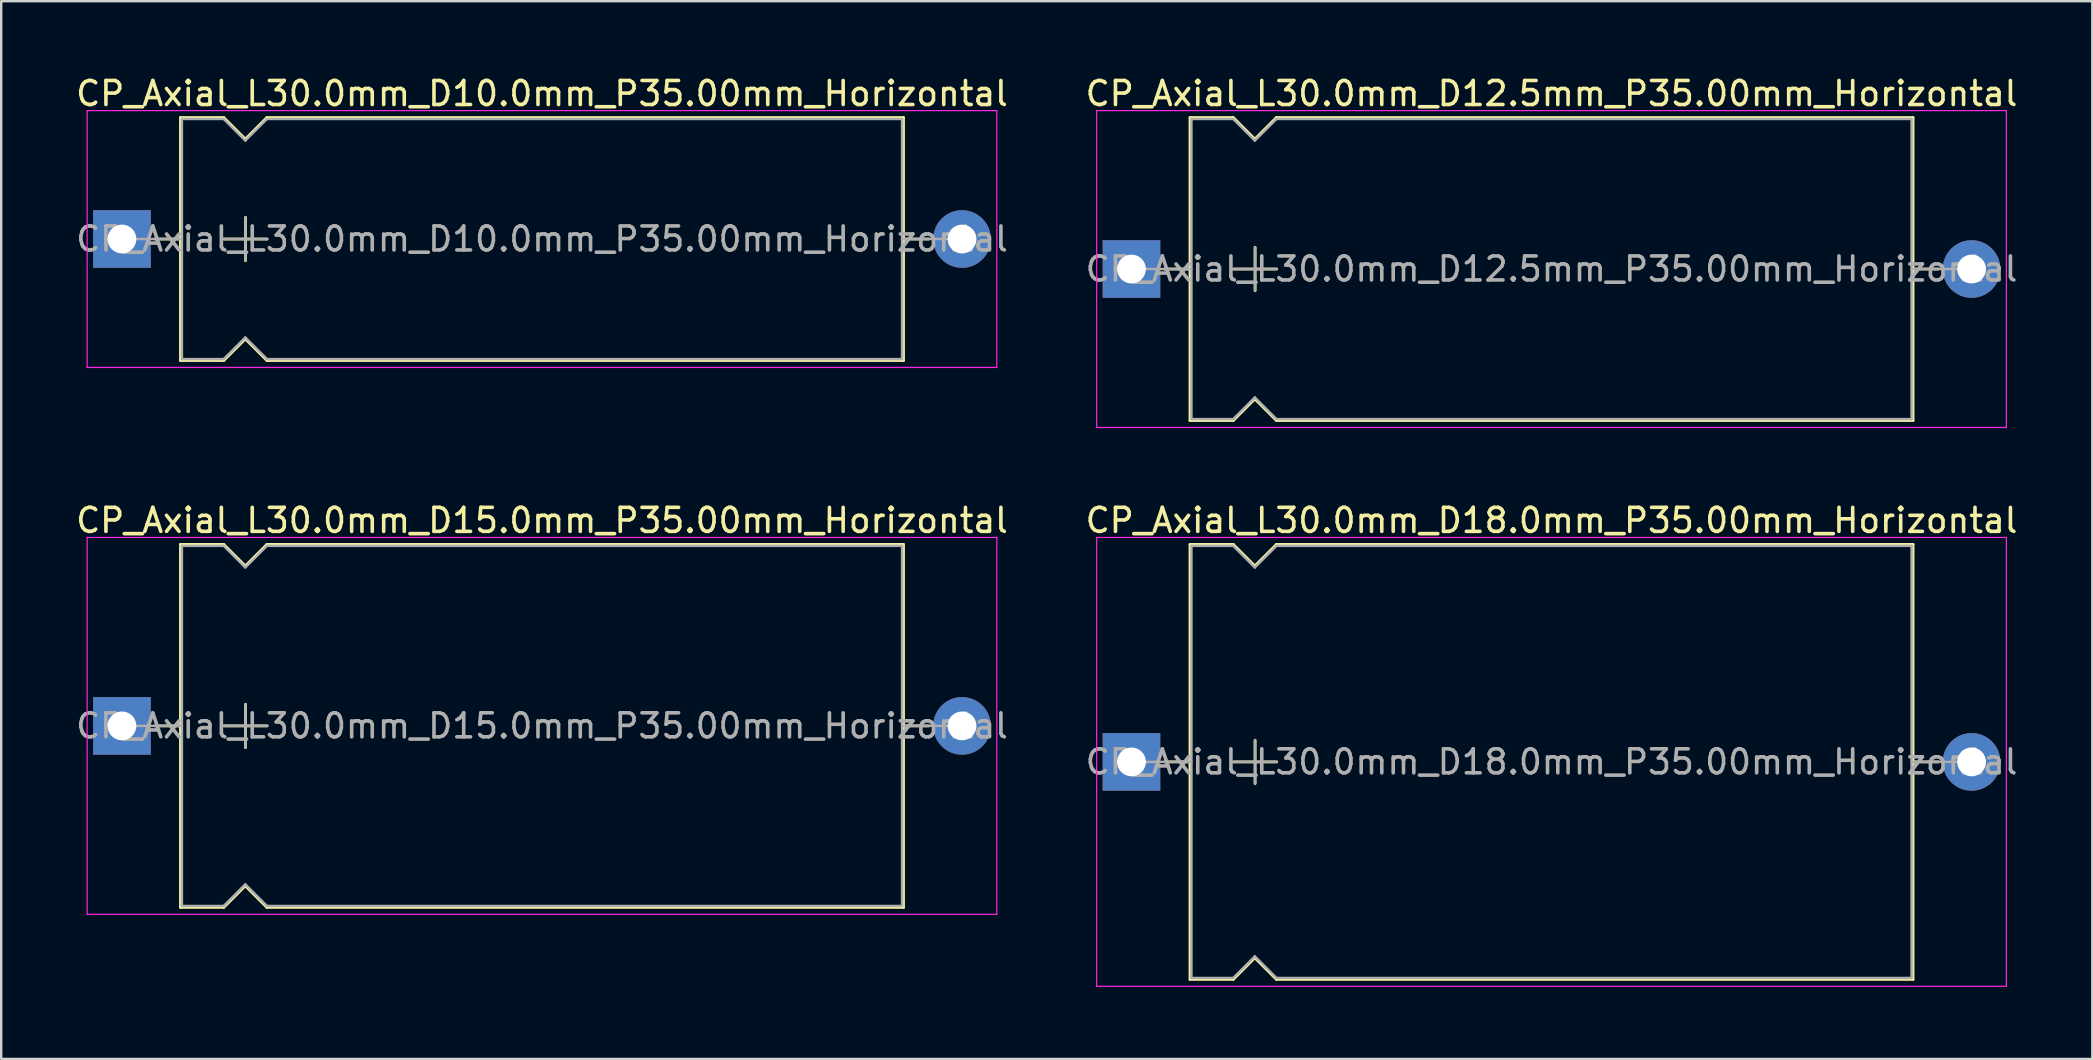
<source format=kicad_pcb>
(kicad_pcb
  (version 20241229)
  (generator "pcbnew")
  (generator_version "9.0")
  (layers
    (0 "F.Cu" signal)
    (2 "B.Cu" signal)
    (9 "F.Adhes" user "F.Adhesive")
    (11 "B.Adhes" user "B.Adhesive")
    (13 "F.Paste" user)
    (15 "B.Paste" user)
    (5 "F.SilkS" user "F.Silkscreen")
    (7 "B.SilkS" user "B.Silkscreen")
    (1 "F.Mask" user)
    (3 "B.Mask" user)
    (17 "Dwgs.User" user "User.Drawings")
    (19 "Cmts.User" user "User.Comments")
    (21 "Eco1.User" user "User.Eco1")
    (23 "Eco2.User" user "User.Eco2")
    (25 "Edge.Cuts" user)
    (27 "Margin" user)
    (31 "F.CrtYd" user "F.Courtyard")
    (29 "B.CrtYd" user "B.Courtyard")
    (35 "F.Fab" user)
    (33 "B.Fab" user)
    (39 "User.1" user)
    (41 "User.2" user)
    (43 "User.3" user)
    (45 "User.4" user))
  (footprint "CP_Axial_L30.0mm_D15.0mm_P35.00mm_Horizontal"
    (layer "F.Cu")
    (at 2.03 27.192)
    (property "Reference" "CP_Axial_L30.0mm_D15.0mm_P35.00mm_Horizontal" (at 17.5 -8.56 0) (layer "F.SilkS") (effects (font (size 1 1) (thickness 0.15))))
    (attr through_hole)
    (fp_line (start 1.38 0) (end 2.44 0) (stroke (width 0.12) (type solid)) (layer "F.SilkS"))
    (fp_line (start 2.44 -7.56) (end 2.44 7.56) (stroke (width 0.12) (type solid)) (layer "F.SilkS"))
    (fp_line (start 2.44 -7.56) (end 4.24 -7.56) (stroke (width 0.12) (type solid)) (layer "F.SilkS"))
    (fp_line (start 2.44 7.56) (end 4.24 7.56) (stroke (width 0.12) (type solid)) (layer "F.SilkS"))
    (fp_line (start 4.24 -7.56) (end 5.14 -6.66) (stroke (width 0.12) (type solid)) (layer "F.SilkS"))
    (fp_line (start 4.24 7.56) (end 5.14 6.66) (stroke (width 0.12) (type solid)) (layer "F.SilkS"))
    (fp_line (start 4.25 0) (end 6.05 0) (stroke (width 0.12) (type solid)) (layer "F.SilkS"))
    (fp_line (start 5.14 -6.66) (end 6.04 -7.56) (stroke (width 0.12) (type solid)) (layer "F.SilkS"))
    (fp_line (start 5.14 6.66) (end 6.04 7.56) (stroke (width 0.12) (type solid)) (layer "F.SilkS"))
    (fp_line (start 5.15 -0.9) (end 5.15 0.9) (stroke (width 0.12) (type solid)) (layer "F.SilkS"))
    (fp_line (start 6.04 -7.56) (end 32.56 -7.56) (stroke (width 0.12) (type solid)) (layer "F.SilkS"))
    (fp_line (start 6.04 7.56) (end 32.56 7.56) (stroke (width 0.12) (type solid)) (layer "F.SilkS"))
    (fp_line (start 32.56 -7.56) (end 32.56 7.56) (stroke (width 0.12) (type solid)) (layer "F.SilkS"))
    (fp_line (start 33.62 0) (end 32.56 0) (stroke (width 0.12) (type solid)) (layer "F.SilkS"))
    (fp_line (start -1.45 -7.85) (end -1.45 7.85) (stroke (width 0.05) (type solid)) (layer "F.CrtYd"))
    (fp_line (start -1.45 7.85) (end 36.45 7.85) (stroke (width 0.05) (type solid)) (layer "F.CrtYd"))
    (fp_line (start 36.45 -7.85) (end -1.45 -7.85) (stroke (width 0.05) (type solid)) (layer "F.CrtYd"))
    (fp_line (start 36.45 7.85) (end 36.45 -7.85) (stroke (width 0.05) (type solid)) (layer "F.CrtYd"))
    (fp_line (start 0 0) (end 2.5 0) (stroke (width 0.1) (type solid)) (layer "F.Fab"))
    (fp_line (start 2.5 -7.5) (end 2.5 7.5) (stroke (width 0.1) (type solid)) (layer "F.Fab"))
    (fp_line (start 2.5 -7.5) (end 4.24 -7.5) (stroke (width 0.1) (type solid)) (layer "F.Fab"))
    (fp_line (start 2.5 7.5) (end 4.24 7.5) (stroke (width 0.1) (type solid)) (layer "F.Fab"))
    (fp_line (start 4.24 -7.5) (end 5.14 -6.6) (stroke (width 0.1) (type solid)) (layer "F.Fab"))
    (fp_line (start 4.24 7.5) (end 5.14 6.6) (stroke (width 0.1) (type solid)) (layer "F.Fab"))
    (fp_line (start 4.25 0) (end 6.05 0) (stroke (width 0.1) (type solid)) (layer "F.Fab"))
    (fp_line (start 5.14 -6.6) (end 6.04 -7.5) (stroke (width 0.1) (type solid)) (layer "F.Fab"))
    (fp_line (start 5.14 6.6) (end 6.04 7.5) (stroke (width 0.1) (type solid)) (layer "F.Fab"))
    (fp_line (start 5.15 -0.9) (end 5.15 0.9) (stroke (width 0.1) (type solid)) (layer "F.Fab"))
    (fp_line (start 6.04 -7.5) (end 32.5 -7.5) (stroke (width 0.1) (type solid)) (layer "F.Fab"))
    (fp_line (start 6.04 7.5) (end 32.5 7.5) (stroke (width 0.1) (type solid)) (layer "F.Fab"))
    (fp_line (start 32.5 -7.5) (end 32.5 7.5) (stroke (width 0.1) (type solid)) (layer "F.Fab"))
    (fp_line (start 35 0) (end 32.5 0) (stroke (width 0.1) (type solid)) (layer "F.Fab"))
    (fp_text user "${REFERENCE}" (at 17.5 0 0) (layer "F.Fab") (effects (font (size 1 1) (thickness 0.15))))
    (pad "1" thru_hole rect (at 0 0) (size 2.4 2.4) (drill 1.2) (layers "*.Cu" "*.Mask"))
    (pad "2" thru_hole oval (at 35 0) (size 2.4 2.4) (drill 1.2) (layers "*.Cu" "*.Mask")))
  (footprint "CP_Axial_L30.0mm_D12.5mm_P35.00mm_Horizontal"
    (layer "F.Cu")
    (at 44.089 8.158)
    (property "Reference" "CP_Axial_L30.0mm_D12.5mm_P35.00mm_Horizontal" (at 17.5 -7.31 0) (layer "F.SilkS") (effects (font (size 1 1) (thickness 0.15))))
    (attr through_hole)
    (fp_line (start 1.38 0) (end 2.44 0) (stroke (width 0.12) (type solid)) (layer "F.SilkS"))
    (fp_line (start 2.44 -6.31) (end 2.44 6.31) (stroke (width 0.12) (type solid)) (layer "F.SilkS"))
    (fp_line (start 2.44 -6.31) (end 4.24 -6.31) (stroke (width 0.12) (type solid)) (layer "F.SilkS"))
    (fp_line (start 2.44 6.31) (end 4.24 6.31) (stroke (width 0.12) (type solid)) (layer "F.SilkS"))
    (fp_line (start 4.24 -6.31) (end 5.14 -5.41) (stroke (width 0.12) (type solid)) (layer "F.SilkS"))
    (fp_line (start 4.24 6.31) (end 5.14 5.41) (stroke (width 0.12) (type solid)) (layer "F.SilkS"))
    (fp_line (start 4.25 0) (end 6.05 0) (stroke (width 0.12) (type solid)) (layer "F.SilkS"))
    (fp_line (start 5.14 -5.41) (end 6.04 -6.31) (stroke (width 0.12) (type solid)) (layer "F.SilkS"))
    (fp_line (start 5.14 5.41) (end 6.04 6.31) (stroke (width 0.12) (type solid)) (layer "F.SilkS"))
    (fp_line (start 5.15 -0.9) (end 5.15 0.9) (stroke (width 0.12) (type solid)) (layer "F.SilkS"))
    (fp_line (start 6.04 -6.31) (end 32.56 -6.31) (stroke (width 0.12) (type solid)) (layer "F.SilkS"))
    (fp_line (start 6.04 6.31) (end 32.56 6.31) (stroke (width 0.12) (type solid)) (layer "F.SilkS"))
    (fp_line (start 32.56 -6.31) (end 32.56 6.31) (stroke (width 0.12) (type solid)) (layer "F.SilkS"))
    (fp_line (start 33.62 0) (end 32.56 0) (stroke (width 0.12) (type solid)) (layer "F.SilkS"))
    (fp_line (start -1.45 -6.6) (end -1.45 6.6) (stroke (width 0.05) (type solid)) (layer "F.CrtYd"))
    (fp_line (start -1.45 6.6) (end 36.45 6.6) (stroke (width 0.05) (type solid)) (layer "F.CrtYd"))
    (fp_line (start 36.45 -6.6) (end -1.45 -6.6) (stroke (width 0.05) (type solid)) (layer "F.CrtYd"))
    (fp_line (start 36.45 6.6) (end 36.45 -6.6) (stroke (width 0.05) (type solid)) (layer "F.CrtYd"))
    (fp_line (start 0 0) (end 2.5 0) (stroke (width 0.1) (type solid)) (layer "F.Fab"))
    (fp_line (start 2.5 -6.25) (end 2.5 6.25) (stroke (width 0.1) (type solid)) (layer "F.Fab"))
    (fp_line (start 2.5 -6.25) (end 4.24 -6.25) (stroke (width 0.1) (type solid)) (layer "F.Fab"))
    (fp_line (start 2.5 6.25) (end 4.24 6.25) (stroke (width 0.1) (type solid)) (layer "F.Fab"))
    (fp_line (start 4.24 -6.25) (end 5.14 -5.35) (stroke (width 0.1) (type solid)) (layer "F.Fab"))
    (fp_line (start 4.24 6.25) (end 5.14 5.35) (stroke (width 0.1) (type solid)) (layer "F.Fab"))
    (fp_line (start 4.25 0) (end 6.05 0) (stroke (width 0.1) (type solid)) (layer "F.Fab"))
    (fp_line (start 5.14 -5.35) (end 6.04 -6.25) (stroke (width 0.1) (type solid)) (layer "F.Fab"))
    (fp_line (start 5.14 5.35) (end 6.04 6.25) (stroke (width 0.1) (type solid)) (layer "F.Fab"))
    (fp_line (start 5.15 -0.9) (end 5.15 0.9) (stroke (width 0.1) (type solid)) (layer "F.Fab"))
    (fp_line (start 6.04 -6.25) (end 32.5 -6.25) (stroke (width 0.1) (type solid)) (layer "F.Fab"))
    (fp_line (start 6.04 6.25) (end 32.5 6.25) (stroke (width 0.1) (type solid)) (layer "F.Fab"))
    (fp_line (start 32.5 -6.25) (end 32.5 6.25) (stroke (width 0.1) (type solid)) (layer "F.Fab"))
    (fp_line (start 35 0) (end 32.5 0) (stroke (width 0.1) (type solid)) (layer "F.Fab"))
    (fp_text user "${REFERENCE}" (at 17.5 0 0) (layer "F.Fab") (effects (font (size 1 1) (thickness 0.15))))
    (pad "1" thru_hole rect (at 0 0) (size 2.4 2.4) (drill 1.2) (layers "*.Cu" "*.Mask"))
    (pad "2" thru_hole oval (at 35 0) (size 2.4 2.4) (drill 1.2) (layers "*.Cu" "*.Mask")))
  (footprint "CP_Axial_L30.0mm_D18.0mm_P35.00mm_Horizontal"
    (layer "F.Cu")
    (at 44.089 28.692)
    (property "Reference" "CP_Axial_L30.0mm_D18.0mm_P35.00mm_Horizontal" (at 17.5 -10.06 0) (layer "F.SilkS") (effects (font (size 1 1) (thickness 0.15))))
    (attr through_hole)
    (fp_line (start 1.38 0) (end 2.44 0) (stroke (width 0.12) (type solid)) (layer "F.SilkS"))
    (fp_line (start 2.44 -9.06) (end 2.44 9.06) (stroke (width 0.12) (type solid)) (layer "F.SilkS"))
    (fp_line (start 2.44 -9.06) (end 4.24 -9.06) (stroke (width 0.12) (type solid)) (layer "F.SilkS"))
    (fp_line (start 2.44 9.06) (end 4.24 9.06) (stroke (width 0.12) (type solid)) (layer "F.SilkS"))
    (fp_line (start 4.24 -9.06) (end 5.14 -8.16) (stroke (width 0.12) (type solid)) (layer "F.SilkS"))
    (fp_line (start 4.24 9.06) (end 5.14 8.16) (stroke (width 0.12) (type solid)) (layer "F.SilkS"))
    (fp_line (start 4.25 0) (end 6.05 0) (stroke (width 0.12) (type solid)) (layer "F.SilkS"))
    (fp_line (start 5.14 -8.16) (end 6.04 -9.06) (stroke (width 0.12) (type solid)) (layer "F.SilkS"))
    (fp_line (start 5.14 8.16) (end 6.04 9.06) (stroke (width 0.12) (type solid)) (layer "F.SilkS"))
    (fp_line (start 5.15 -0.9) (end 5.15 0.9) (stroke (width 0.12) (type solid)) (layer "F.SilkS"))
    (fp_line (start 6.04 -9.06) (end 32.56 -9.06) (stroke (width 0.12) (type solid)) (layer "F.SilkS"))
    (fp_line (start 6.04 9.06) (end 32.56 9.06) (stroke (width 0.12) (type solid)) (layer "F.SilkS"))
    (fp_line (start 32.56 -9.06) (end 32.56 9.06) (stroke (width 0.12) (type solid)) (layer "F.SilkS"))
    (fp_line (start 33.62 0) (end 32.56 0) (stroke (width 0.12) (type solid)) (layer "F.SilkS"))
    (fp_line (start -1.45 -9.35) (end -1.45 9.35) (stroke (width 0.05) (type solid)) (layer "F.CrtYd"))
    (fp_line (start -1.45 9.35) (end 36.45 9.35) (stroke (width 0.05) (type solid)) (layer "F.CrtYd"))
    (fp_line (start 36.45 -9.35) (end -1.45 -9.35) (stroke (width 0.05) (type solid)) (layer "F.CrtYd"))
    (fp_line (start 36.45 9.35) (end 36.45 -9.35) (stroke (width 0.05) (type solid)) (layer "F.CrtYd"))
    (fp_line (start 0 0) (end 2.5 0) (stroke (width 0.1) (type solid)) (layer "F.Fab"))
    (fp_line (start 2.5 -9) (end 2.5 9) (stroke (width 0.1) (type solid)) (layer "F.Fab"))
    (fp_line (start 2.5 -9) (end 4.24 -9) (stroke (width 0.1) (type solid)) (layer "F.Fab"))
    (fp_line (start 2.5 9) (end 4.24 9) (stroke (width 0.1) (type solid)) (layer "F.Fab"))
    (fp_line (start 4.24 -9) (end 5.14 -8.1) (stroke (width 0.1) (type solid)) (layer "F.Fab"))
    (fp_line (start 4.24 9) (end 5.14 8.1) (stroke (width 0.1) (type solid)) (layer "F.Fab"))
    (fp_line (start 4.25 0) (end 6.05 0) (stroke (width 0.1) (type solid)) (layer "F.Fab"))
    (fp_line (start 5.14 -8.1) (end 6.04 -9) (stroke (width 0.1) (type solid)) (layer "F.Fab"))
    (fp_line (start 5.14 8.1) (end 6.04 9) (stroke (width 0.1) (type solid)) (layer "F.Fab"))
    (fp_line (start 5.15 -0.9) (end 5.15 0.9) (stroke (width 0.1) (type solid)) (layer "F.Fab"))
    (fp_line (start 6.04 -9) (end 32.5 -9) (stroke (width 0.1) (type solid)) (layer "F.Fab"))
    (fp_line (start 6.04 9) (end 32.5 9) (stroke (width 0.1) (type solid)) (layer "F.Fab"))
    (fp_line (start 32.5 -9) (end 32.5 9) (stroke (width 0.1) (type solid)) (layer "F.Fab"))
    (fp_line (start 35 0) (end 32.5 0) (stroke (width 0.1) (type solid)) (layer "F.Fab"))
    (fp_text user "${REFERENCE}" (at 17.5 0 0) (layer "F.Fab") (effects (font (size 1 1) (thickness 0.15))))
    (pad "1" thru_hole rect (at 0 0) (size 2.4 2.4) (drill 1.2) (layers "*.Cu" "*.Mask"))
    (pad "2" thru_hole oval (at 35 0) (size 2.4 2.4) (drill 1.2) (layers "*.Cu" "*.Mask")))
  (footprint "CP_Axial_L30.0mm_D10.0mm_P35.00mm_Horizontal"
    (layer "F.Cu")
    (at 2.03 6.908)
    (property "Reference" "CP_Axial_L30.0mm_D10.0mm_P35.00mm_Horizontal" (at 17.5 -6.06 0) (layer "F.SilkS") (effects (font (size 1 1) (thickness 0.15))))
    (attr through_hole)
    (fp_line (start 1.38 0) (end 2.44 0) (stroke (width 0.12) (type solid)) (layer "F.SilkS"))
    (fp_line (start 2.44 -5.06) (end 2.44 5.06) (stroke (width 0.12) (type solid)) (layer "F.SilkS"))
    (fp_line (start 2.44 -5.06) (end 4.24 -5.06) (stroke (width 0.12) (type solid)) (layer "F.SilkS"))
    (fp_line (start 2.44 5.06) (end 4.24 5.06) (stroke (width 0.12) (type solid)) (layer "F.SilkS"))
    (fp_line (start 4.24 -5.06) (end 5.14 -4.16) (stroke (width 0.12) (type solid)) (layer "F.SilkS"))
    (fp_line (start 4.24 5.06) (end 5.14 4.16) (stroke (width 0.12) (type solid)) (layer "F.SilkS"))
    (fp_line (start 4.25 0) (end 6.05 0) (stroke (width 0.12) (type solid)) (layer "F.SilkS"))
    (fp_line (start 5.14 -4.16) (end 6.04 -5.06) (stroke (width 0.12) (type solid)) (layer "F.SilkS"))
    (fp_line (start 5.14 4.16) (end 6.04 5.06) (stroke (width 0.12) (type solid)) (layer "F.SilkS"))
    (fp_line (start 5.15 -0.9) (end 5.15 0.9) (stroke (width 0.12) (type solid)) (layer "F.SilkS"))
    (fp_line (start 6.04 -5.06) (end 32.56 -5.06) (stroke (width 0.12) (type solid)) (layer "F.SilkS"))
    (fp_line (start 6.04 5.06) (end 32.56 5.06) (stroke (width 0.12) (type solid)) (layer "F.SilkS"))
    (fp_line (start 32.56 -5.06) (end 32.56 5.06) (stroke (width 0.12) (type solid)) (layer "F.SilkS"))
    (fp_line (start 33.62 0) (end 32.56 0) (stroke (width 0.12) (type solid)) (layer "F.SilkS"))
    (fp_line (start -1.45 -5.35) (end -1.45 5.35) (stroke (width 0.05) (type solid)) (layer "F.CrtYd"))
    (fp_line (start -1.45 5.35) (end 36.45 5.35) (stroke (width 0.05) (type solid)) (layer "F.CrtYd"))
    (fp_line (start 36.45 -5.35) (end -1.45 -5.35) (stroke (width 0.05) (type solid)) (layer "F.CrtYd"))
    (fp_line (start 36.45 5.35) (end 36.45 -5.35) (stroke (width 0.05) (type solid)) (layer "F.CrtYd"))
    (fp_line (start 0 0) (end 2.5 0) (stroke (width 0.1) (type solid)) (layer "F.Fab"))
    (fp_line (start 2.5 -5) (end 2.5 5) (stroke (width 0.1) (type solid)) (layer "F.Fab"))
    (fp_line (start 2.5 -5) (end 4.24 -5) (stroke (width 0.1) (type solid)) (layer "F.Fab"))
    (fp_line (start 2.5 5) (end 4.24 5) (stroke (width 0.1) (type solid)) (layer "F.Fab"))
    (fp_line (start 4.24 -5) (end 5.14 -4.1) (stroke (width 0.1) (type solid)) (layer "F.Fab"))
    (fp_line (start 4.24 5) (end 5.14 4.1) (stroke (width 0.1) (type solid)) (layer "F.Fab"))
    (fp_line (start 4.25 0) (end 6.05 0) (stroke (width 0.1) (type solid)) (layer "F.Fab"))
    (fp_line (start 5.14 -4.1) (end 6.04 -5) (stroke (width 0.1) (type solid)) (layer "F.Fab"))
    (fp_line (start 5.14 4.1) (end 6.04 5) (stroke (width 0.1) (type solid)) (layer "F.Fab"))
    (fp_line (start 5.15 -0.9) (end 5.15 0.9) (stroke (width 0.1) (type solid)) (layer "F.Fab"))
    (fp_line (start 6.04 -5) (end 32.5 -5) (stroke (width 0.1) (type solid)) (layer "F.Fab"))
    (fp_line (start 6.04 5) (end 32.5 5) (stroke (width 0.1) (type solid)) (layer "F.Fab"))
    (fp_line (start 32.5 -5) (end 32.5 5) (stroke (width 0.1) (type solid)) (layer "F.Fab"))
    (fp_line (start 35 0) (end 32.5 0) (stroke (width 0.1) (type solid)) (layer "F.Fab"))
    (fp_text user "${REFERENCE}" (at 17.5 0 0) (layer "F.Fab") (effects (font (size 1 1) (thickness 0.15))))
    (pad "1" thru_hole rect (at 0 0) (size 2.4 2.4) (drill 1.2) (layers "*.Cu" "*.Mask"))
    (pad "2" thru_hole oval (at 35 0) (size 2.4 2.4) (drill 1.2) (layers "*.Cu" "*.Mask")))
  (gr_rect
    (start -3 -3)
    (end 84.119 41.066)
    (stroke (width 0.1) (type default))
    (fill no)
    (layer "Edge.Cuts")))
</source>
